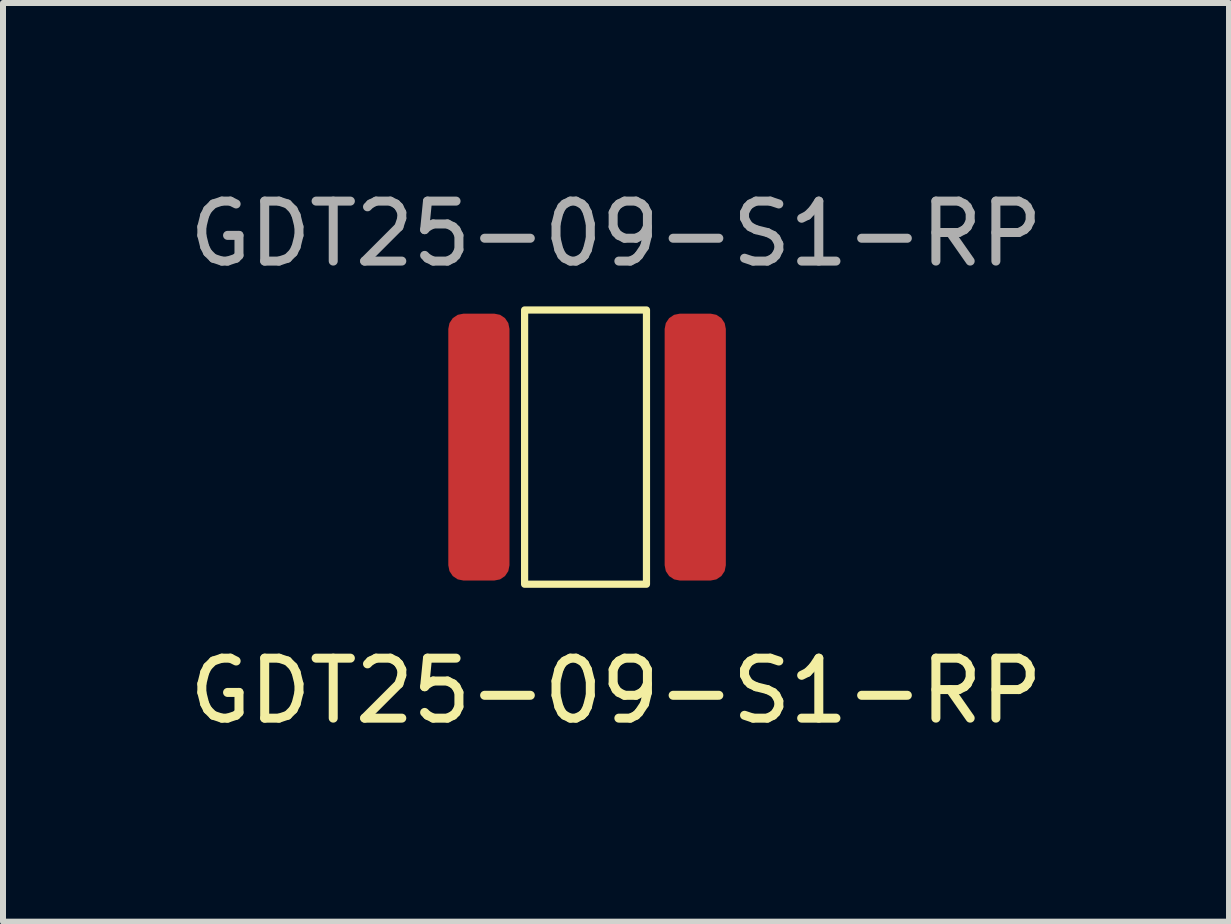
<source format=kicad_pcb>
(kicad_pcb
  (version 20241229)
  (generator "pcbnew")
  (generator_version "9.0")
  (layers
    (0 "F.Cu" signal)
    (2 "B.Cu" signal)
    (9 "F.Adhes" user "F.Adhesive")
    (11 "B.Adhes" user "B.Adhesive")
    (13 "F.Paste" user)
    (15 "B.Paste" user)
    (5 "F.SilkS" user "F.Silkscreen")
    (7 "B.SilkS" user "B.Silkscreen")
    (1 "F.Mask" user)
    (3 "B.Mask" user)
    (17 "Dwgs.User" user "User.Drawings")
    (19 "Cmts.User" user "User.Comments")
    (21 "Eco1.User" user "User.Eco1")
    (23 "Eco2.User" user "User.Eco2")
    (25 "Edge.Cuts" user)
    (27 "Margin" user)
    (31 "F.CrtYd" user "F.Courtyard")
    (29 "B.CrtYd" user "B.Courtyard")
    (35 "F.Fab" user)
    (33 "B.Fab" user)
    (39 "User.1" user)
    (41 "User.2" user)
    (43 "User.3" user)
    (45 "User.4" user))
  (footprint "GDT25-09-S1-RP"
    (layer "F.Cu")
    (at 4.426 2.118)
    (property "Reference" "GDT25-09-S1-RP" (at 2.794 6.35 0) (unlocked yes) (layer "F.SilkS") (effects (font (size 1 1) (thickness 0.15))))
    (attr smd)
    (fp_rect (start 1.27 0) (end 3.302 4.572) (stroke (width 0.12) (type solid)) (fill no) (layer "F.SilkS"))
    (fp_text user "${REFERENCE}" (at 2.794 -1.27 0) (unlocked yes) (layer "F.Fab") (effects (font (size 1 1) (thickness 0.15))))
    (pad "1" smd roundrect (at 0.508 2.286 90) (size 4.45 1.02) (layers "F.Cu" "F.Mask" "F.Paste") (roundrect_rratio 0.25))
    (pad "2" smd roundrect (at 4.115 2.286 90) (size 4.45 1.02) (layers "F.Cu" "F.Mask" "F.Paste") (roundrect_rratio 0.25)))
  (gr_rect
    (start -3 -3)
    (end 17.44 12.316)
    (stroke (width 0.1) (type default))
    (fill no)
    (layer "Edge.Cuts")))
</source>
